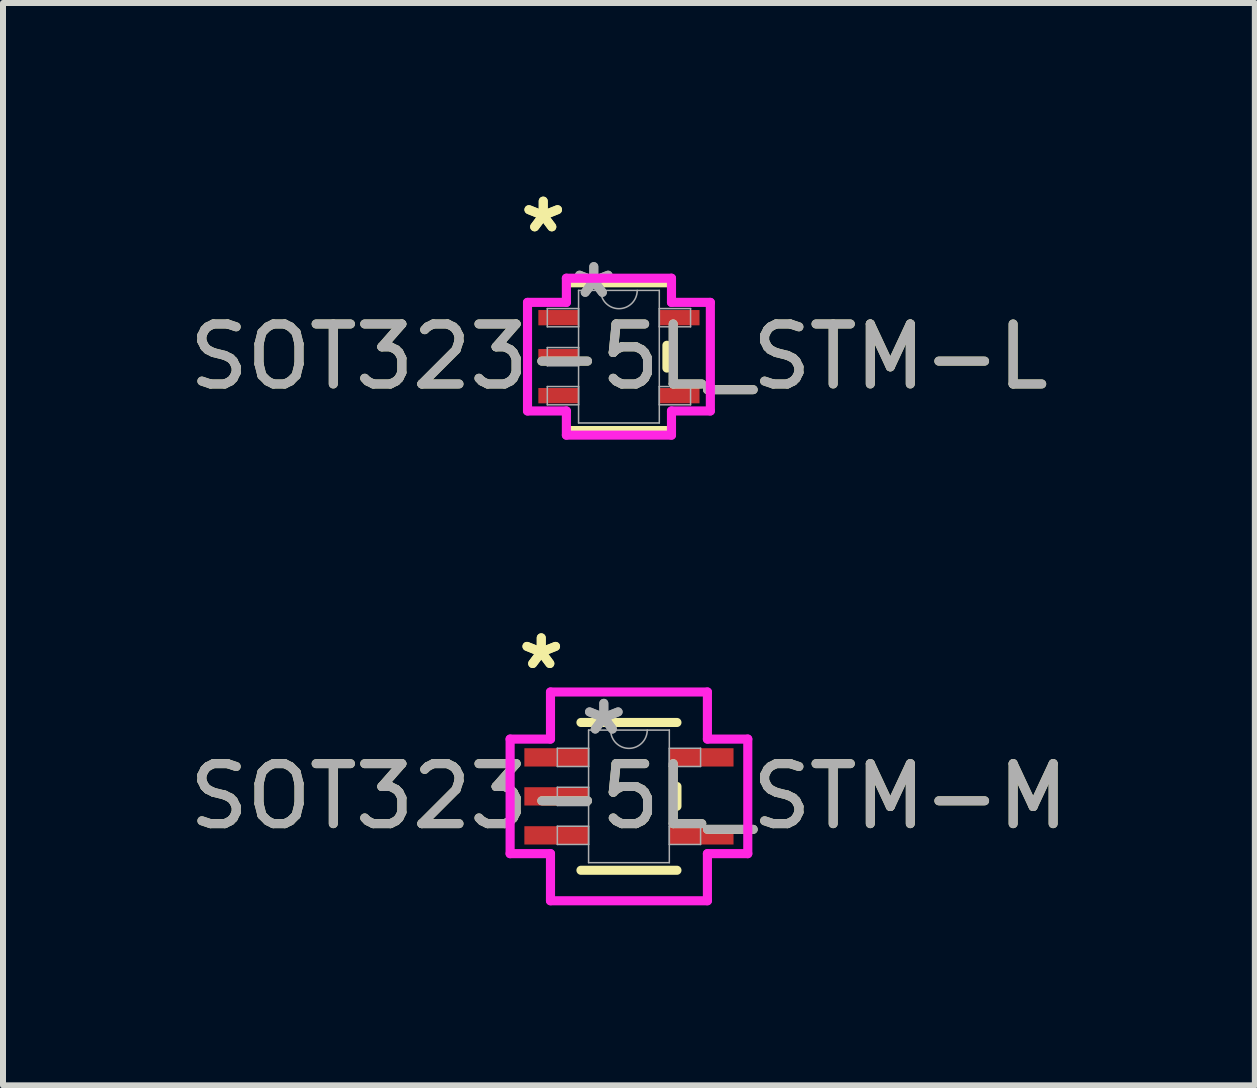
<source format=kicad_pcb>
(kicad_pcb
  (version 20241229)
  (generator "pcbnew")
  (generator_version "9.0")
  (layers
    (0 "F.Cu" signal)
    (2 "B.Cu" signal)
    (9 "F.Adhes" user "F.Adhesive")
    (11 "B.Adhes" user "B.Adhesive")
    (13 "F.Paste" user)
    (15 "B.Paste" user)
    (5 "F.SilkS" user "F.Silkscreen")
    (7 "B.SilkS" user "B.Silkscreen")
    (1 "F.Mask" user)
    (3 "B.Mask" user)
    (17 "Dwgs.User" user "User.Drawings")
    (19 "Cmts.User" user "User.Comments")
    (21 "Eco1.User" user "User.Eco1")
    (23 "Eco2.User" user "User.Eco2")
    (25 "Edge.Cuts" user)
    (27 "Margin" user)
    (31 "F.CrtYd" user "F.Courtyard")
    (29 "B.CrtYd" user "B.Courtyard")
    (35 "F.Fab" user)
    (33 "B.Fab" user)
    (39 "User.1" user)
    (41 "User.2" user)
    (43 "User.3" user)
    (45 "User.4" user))
  (footprint "SOT323-5L_STM-M"
    (layer "F.Cu")
    (at 7.435 10.226)
    (property "Reference" "SOT323-5L_STM-M" (at 0 0 0) (unlocked yes) (layer "F.SilkS") (effects (font (size 1 1) (thickness 0.15))))
    (attr smd)
    (fp_line (start -0.8 1.232) (end 0.8 1.232) (stroke (width 0.152) (type solid)) (layer "F.SilkS"))
    (fp_line (start 0.8 -1.232) (end -0.8 -1.232) (stroke (width 0.152) (type solid)) (layer "F.SilkS"))
    (fp_line (start 0.8 0.165) (end 0.8 -0.165) (stroke (width 0.152) (type solid)) (layer "F.SilkS"))
    (fp_line (start -1.981 -0.955) (end -1.308 -0.955) (stroke (width 0.152) (type solid)) (layer "F.CrtYd"))
    (fp_line (start -1.981 0.955) (end -1.981 -0.955) (stroke (width 0.152) (type solid)) (layer "F.CrtYd"))
    (fp_line (start -1.308 -1.74) (end 1.308 -1.74) (stroke (width 0.152) (type solid)) (layer "F.CrtYd"))
    (fp_line (start -1.308 -0.955) (end -1.308 -1.74) (stroke (width 0.152) (type solid)) (layer "F.CrtYd"))
    (fp_line (start -1.308 0.955) (end -1.981 0.955) (stroke (width 0.152) (type solid)) (layer "F.CrtYd"))
    (fp_line (start -1.308 1.74) (end -1.308 0.955) (stroke (width 0.152) (type solid)) (layer "F.CrtYd"))
    (fp_line (start 1.308 -1.74) (end 1.308 -0.955) (stroke (width 0.152) (type solid)) (layer "F.CrtYd"))
    (fp_line (start 1.308 -0.955) (end 1.981 -0.955) (stroke (width 0.152) (type solid)) (layer "F.CrtYd"))
    (fp_line (start 1.308 0.955) (end 1.308 1.74) (stroke (width 0.152) (type solid)) (layer "F.CrtYd"))
    (fp_line (start 1.308 1.74) (end -1.308 1.74) (stroke (width 0.152) (type solid)) (layer "F.CrtYd"))
    (fp_line (start 1.981 -0.955) (end 1.981 0.955) (stroke (width 0.152) (type solid)) (layer "F.CrtYd"))
    (fp_line (start 1.981 0.955) (end 1.308 0.955) (stroke (width 0.152) (type solid)) (layer "F.CrtYd"))
    (fp_line (start -1.194 -0.802) (end -1.194 -0.498) (stroke (width 0.025) (type solid)) (layer "F.Fab"))
    (fp_line (start -1.194 -0.498) (end -0.673 -0.498) (stroke (width 0.025) (type solid)) (layer "F.Fab"))
    (fp_line (start -1.194 -0.152) (end -1.194 0.152) (stroke (width 0.025) (type solid)) (layer "F.Fab"))
    (fp_line (start -1.194 0.152) (end -0.673 0.152) (stroke (width 0.025) (type solid)) (layer "F.Fab"))
    (fp_line (start -1.194 0.498) (end -1.194 0.802) (stroke (width 0.025) (type solid)) (layer "F.Fab"))
    (fp_line (start -1.194 0.802) (end -0.673 0.802) (stroke (width 0.025) (type solid)) (layer "F.Fab"))
    (fp_line (start -0.673 -1.105) (end -0.673 1.105) (stroke (width 0.025) (type solid)) (layer "F.Fab"))
    (fp_line (start -0.673 -0.802) (end -1.194 -0.802) (stroke (width 0.025) (type solid)) (layer "F.Fab"))
    (fp_line (start -0.673 -0.498) (end -0.673 -0.802) (stroke (width 0.025) (type solid)) (layer "F.Fab"))
    (fp_line (start -0.673 -0.152) (end -1.194 -0.152) (stroke (width 0.025) (type solid)) (layer "F.Fab"))
    (fp_line (start -0.673 0.152) (end -0.673 -0.152) (stroke (width 0.025) (type solid)) (layer "F.Fab"))
    (fp_line (start -0.673 0.498) (end -1.194 0.498) (stroke (width 0.025) (type solid)) (layer "F.Fab"))
    (fp_line (start -0.673 0.802) (end -0.673 0.498) (stroke (width 0.025) (type solid)) (layer "F.Fab"))
    (fp_line (start -0.673 1.105) (end 0.673 1.105) (stroke (width 0.025) (type solid)) (layer "F.Fab"))
    (fp_line (start 0.673 -1.105) (end -0.673 -1.105) (stroke (width 0.025) (type solid)) (layer "F.Fab"))
    (fp_line (start 0.673 -0.802) (end 0.673 -0.498) (stroke (width 0.025) (type solid)) (layer "F.Fab"))
    (fp_line (start 0.673 -0.498) (end 1.194 -0.498) (stroke (width 0.025) (type solid)) (layer "F.Fab"))
    (fp_line (start 0.673 0.498) (end 0.673 0.802) (stroke (width 0.025) (type solid)) (layer "F.Fab"))
    (fp_line (start 0.673 0.802) (end 1.194 0.802) (stroke (width 0.025) (type solid)) (layer "F.Fab"))
    (fp_line (start 0.673 1.105) (end 0.673 -1.105) (stroke (width 0.025) (type solid)) (layer "F.Fab"))
    (fp_line (start 1.194 -0.802) (end 0.673 -0.802) (stroke (width 0.025) (type solid)) (layer "F.Fab"))
    (fp_line (start 1.194 -0.498) (end 1.194 -0.802) (stroke (width 0.025) (type solid)) (layer "F.Fab"))
    (fp_line (start 1.194 0.498) (end 0.673 0.498) (stroke (width 0.025) (type solid)) (layer "F.Fab"))
    (fp_line (start 1.194 0.802) (end 1.194 0.498) (stroke (width 0.025) (type solid)) (layer "F.Fab"))
    (fp_arc (start 0.3048 -1.1049) (mid 0 -0.8001) (end -0.3048 -1.1049) (stroke (width 0.0254) (type solid)) (layer "F.Fab"))
    (fp_text user "*" (at -1.462 -2.098 0) (layer "F.SilkS") (effects (font (size 1 1) (thickness 0.15))))
    (fp_text user "*" (at -1.462 -2.098 0) (unlocked yes) (layer "F.SilkS") (effects (font (size 1 1) (thickness 0.15))))
    (fp_text user "*" (at -0.419 -1.006 0) (layer "F.Fab") (effects (font (size 1 1) (thickness 0.15))))
    (fp_text user "*" (at -0.419 -1.006 0) (unlocked yes) (layer "F.Fab") (effects (font (size 1 1) (thickness 0.15))))
    (fp_text user "${REFERENCE}" (at 0 0 0) (unlocked yes) (layer "F.Fab") (effects (font (size 1 1) (thickness 0.15))))
    (pad "1" smd rect (at -1.208 -0.65) (size 1.071 0.305) (layers "F.Cu" "F.Mask" "F.Paste"))
    (pad "2" smd rect (at -1.208 0) (size 1.071 0.305) (layers "F.Cu" "F.Mask" "F.Paste"))
    (pad "3" smd rect (at -1.208 0.65) (size 1.071 0.305) (layers "F.Cu" "F.Mask" "F.Paste"))
    (pad "4" smd rect (at 1.208 0.65) (size 1.071 0.305) (layers "F.Cu" "F.Mask" "F.Paste"))
    (pad "5" smd rect (at 1.208 -0.65) (size 1.071 0.305) (layers "F.Cu" "F.Mask" "F.Paste")))
  (footprint "SOT323-5L_STM-L"
    (layer "F.Cu")
    (at 7.268 2.896)
    (property "Reference" "SOT323-5L_STM-L" (at 0 0 0) (unlocked yes) (layer "F.SilkS") (effects (font (size 1 1) (thickness 0.15))))
    (attr smd)
    (fp_line (start -0.8 1.232) (end 0.8 1.232) (stroke (width 0.152) (type solid)) (layer "F.SilkS"))
    (fp_line (start 0.8 -1.232) (end -0.8 -1.232) (stroke (width 0.152) (type solid)) (layer "F.SilkS"))
    (fp_line (start 0.8 0.19) (end 0.8 -0.19) (stroke (width 0.152) (type solid)) (layer "F.SilkS"))
    (fp_line (start -1.524 -0.905) (end -0.876 -0.905) (stroke (width 0.152) (type solid)) (layer "F.CrtYd"))
    (fp_line (start -1.524 0.905) (end -1.524 -0.905) (stroke (width 0.152) (type solid)) (layer "F.CrtYd"))
    (fp_line (start -0.876 -1.308) (end 0.876 -1.308) (stroke (width 0.152) (type solid)) (layer "F.CrtYd"))
    (fp_line (start -0.876 -0.905) (end -0.876 -1.308) (stroke (width 0.152) (type solid)) (layer "F.CrtYd"))
    (fp_line (start -0.876 0.905) (end -1.524 0.905) (stroke (width 0.152) (type solid)) (layer "F.CrtYd"))
    (fp_line (start -0.876 1.308) (end -0.876 0.905) (stroke (width 0.152) (type solid)) (layer "F.CrtYd"))
    (fp_line (start 0.876 -1.308) (end 0.876 -0.905) (stroke (width 0.152) (type solid)) (layer "F.CrtYd"))
    (fp_line (start 0.876 -0.905) (end 1.524 -0.905) (stroke (width 0.152) (type solid)) (layer "F.CrtYd"))
    (fp_line (start 0.876 0.905) (end 0.876 1.308) (stroke (width 0.152) (type solid)) (layer "F.CrtYd"))
    (fp_line (start 0.876 1.308) (end -0.876 1.308) (stroke (width 0.152) (type solid)) (layer "F.CrtYd"))
    (fp_line (start 1.524 -0.905) (end 1.524 0.905) (stroke (width 0.152) (type solid)) (layer "F.CrtYd"))
    (fp_line (start 1.524 0.905) (end 0.876 0.905) (stroke (width 0.152) (type solid)) (layer "F.CrtYd"))
    (fp_line (start -1.194 -0.802) (end -1.194 -0.498) (stroke (width 0.025) (type solid)) (layer "F.Fab"))
    (fp_line (start -1.194 -0.498) (end -0.673 -0.498) (stroke (width 0.025) (type solid)) (layer "F.Fab"))
    (fp_line (start -1.194 -0.152) (end -1.194 0.152) (stroke (width 0.025) (type solid)) (layer "F.Fab"))
    (fp_line (start -1.194 0.152) (end -0.673 0.152) (stroke (width 0.025) (type solid)) (layer "F.Fab"))
    (fp_line (start -1.194 0.498) (end -1.194 0.802) (stroke (width 0.025) (type solid)) (layer "F.Fab"))
    (fp_line (start -1.194 0.802) (end -0.673 0.802) (stroke (width 0.025) (type solid)) (layer "F.Fab"))
    (fp_line (start -0.673 -1.105) (end -0.673 1.105) (stroke (width 0.025) (type solid)) (layer "F.Fab"))
    (fp_line (start -0.673 -0.802) (end -1.194 -0.802) (stroke (width 0.025) (type solid)) (layer "F.Fab"))
    (fp_line (start -0.673 -0.498) (end -0.673 -0.802) (stroke (width 0.025) (type solid)) (layer "F.Fab"))
    (fp_line (start -0.673 -0.152) (end -1.194 -0.152) (stroke (width 0.025) (type solid)) (layer "F.Fab"))
    (fp_line (start -0.673 0.152) (end -0.673 -0.152) (stroke (width 0.025) (type solid)) (layer "F.Fab"))
    (fp_line (start -0.673 0.498) (end -1.194 0.498) (stroke (width 0.025) (type solid)) (layer "F.Fab"))
    (fp_line (start -0.673 0.802) (end -0.673 0.498) (stroke (width 0.025) (type solid)) (layer "F.Fab"))
    (fp_line (start -0.673 1.105) (end 0.673 1.105) (stroke (width 0.025) (type solid)) (layer "F.Fab"))
    (fp_line (start 0.673 -1.105) (end -0.673 -1.105) (stroke (width 0.025) (type solid)) (layer "F.Fab"))
    (fp_line (start 0.673 -0.802) (end 0.673 -0.498) (stroke (width 0.025) (type solid)) (layer "F.Fab"))
    (fp_line (start 0.673 -0.498) (end 1.194 -0.498) (stroke (width 0.025) (type solid)) (layer "F.Fab"))
    (fp_line (start 0.673 0.498) (end 0.673 0.802) (stroke (width 0.025) (type solid)) (layer "F.Fab"))
    (fp_line (start 0.673 0.802) (end 1.194 0.802) (stroke (width 0.025) (type solid)) (layer "F.Fab"))
    (fp_line (start 0.673 1.105) (end 0.673 -1.105) (stroke (width 0.025) (type solid)) (layer "F.Fab"))
    (fp_line (start 1.194 -0.802) (end 0.673 -0.802) (stroke (width 0.025) (type solid)) (layer "F.Fab"))
    (fp_line (start 1.194 -0.498) (end 1.194 -0.802) (stroke (width 0.025) (type solid)) (layer "F.Fab"))
    (fp_line (start 1.194 0.498) (end 0.673 0.498) (stroke (width 0.025) (type solid)) (layer "F.Fab"))
    (fp_line (start 1.194 0.802) (end 1.194 0.498) (stroke (width 0.025) (type solid)) (layer "F.Fab"))
    (fp_arc (start 0.3048 -1.1049) (mid 0 -0.8001) (end -0.3048 -1.1049) (stroke (width 0.0254) (type solid)) (layer "F.Fab"))
    (fp_text user "*" (at -1.262 -2.048 0) (unlocked yes) (layer "F.SilkS") (effects (font (size 1 1) (thickness 0.15))))
    (fp_text user "*" (at -1.262 -2.048 0) (layer "F.SilkS") (effects (font (size 1 1) (thickness 0.15))))
    (fp_text user "*" (at -0.419 -0.956 0) (layer "F.Fab") (effects (font (size 1 1) (thickness 0.15))))
    (fp_text user "*" (at -0.419 -0.956 0) (unlocked yes) (layer "F.Fab") (effects (font (size 1 1) (thickness 0.15))))
    (fp_text user "${REFERENCE}" (at 0 0 0) (unlocked yes) (layer "F.Fab") (effects (font (size 1 1) (thickness 0.15))))
    (pad "1" smd rect (at -1.008 -0.65) (size 0.671 0.255) (layers "F.Cu" "F.Mask" "F.Paste"))
    (pad "2" smd rect (at -1.008 0) (size 0.671 0.255) (layers "F.Cu" "F.Mask" "F.Paste"))
    (pad "3" smd rect (at -1.008 0.65) (size 0.671 0.255) (layers "F.Cu" "F.Mask" "F.Paste"))
    (pad "4" smd rect (at 1.008 0.65) (size 0.671 0.255) (layers "F.Cu" "F.Mask" "F.Paste"))
    (pad "5" smd rect (at 1.008 -0.65) (size 0.671 0.255) (layers "F.Cu" "F.Mask" "F.Paste")))
  (gr_rect
    (start -3 -3)
    (end 17.869 15.043)
    (stroke (width 0.1) (type default))
    (fill no)
    (layer "Edge.Cuts")))
</source>
